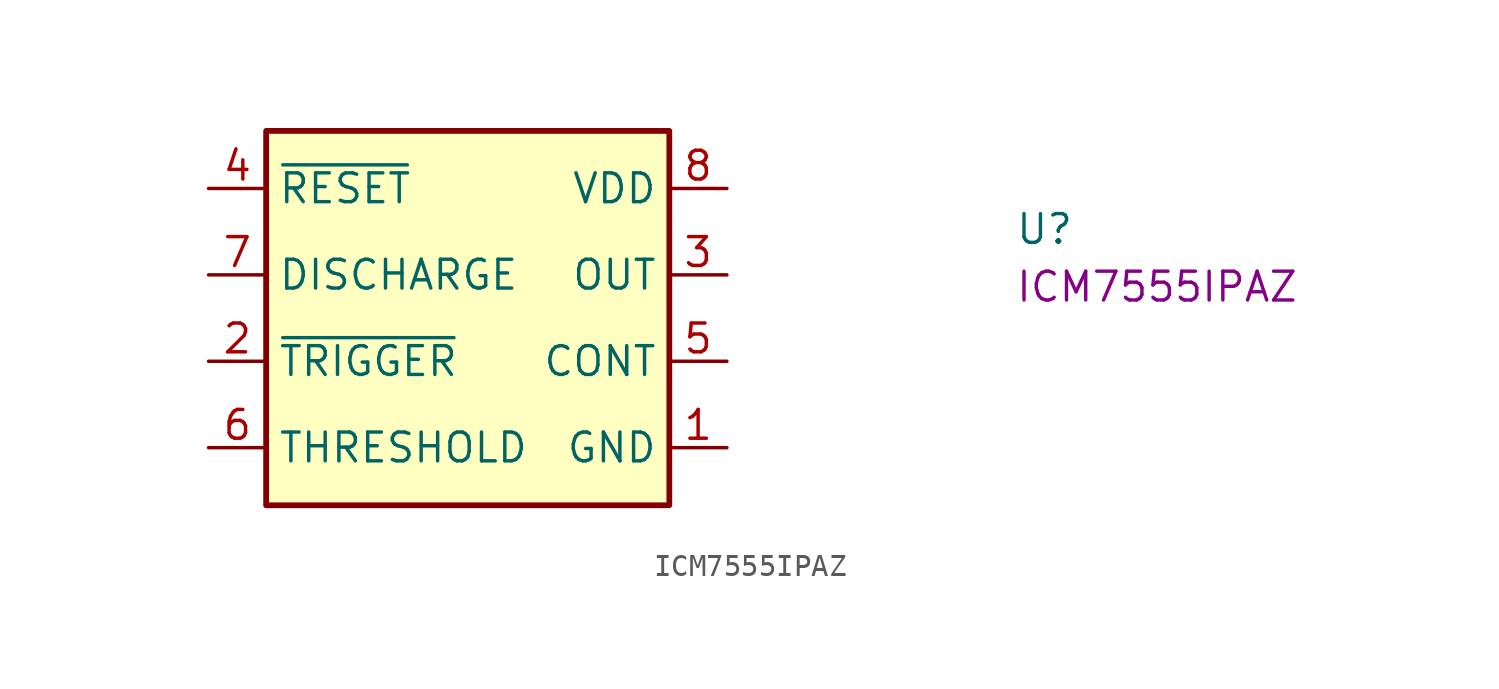
<source format=kicad_sym>
(kicad_symbol_lib
  (version 20220914)
  (generator kicad_symbol_editor)
  (symbol "ICM7555IPAZ"
    (property "Reference" "U"
      (at 35.56 -2.54 0)
      (effects (font (size 1.27 1.27) (thickness 0.15)) (justify left bottom)))
    (property "MPN" "ICM7555IPAZ"
      (at 35.56 -5.08 0)
      (effects (font (size 1.27 1.27) (thickness 0.15)) (justify left bottom)))
    (symbol "ICM7555IPAZ_1_1"
      (rectangle (start 2.54 2.54) (end 20.32 -13.97) (stroke (width 0.254) (type default)) (fill (type background)))
      (pin power_in line (at 22.86 -11.43 180) (length 2.54) (name "GND" (effects (font (size 1.27 1.27)))) (number "1" (effects (font (size 1.27 1.27)))))
      (pin input line (at 0 -7.62 0) (length 2.54) (name "~{TRIGGER}" (effects (font (size 1.27 1.27)))) (number "2" (effects (font (size 1.27 1.27)))))
      (pin output line (at 22.86 -3.81 180) (length 2.54) (name "OUT" (effects (font (size 1.27 1.27)))) (number "3" (effects (font (size 1.27 1.27)))))
      (pin input line (at 0 0 0) (length 2.54) (name "~{RESET}" (effects (font (size 1.27 1.27)))) (number "4" (effects (font (size 1.27 1.27)))))
      (pin input line (at 22.86 -7.62 180) (length 2.54) (name "CONT" (effects (font (size 1.27 1.27)))) (number "5" (effects (font (size 1.27 1.27)))))
      (pin input line (at 0 -11.43 0) (length 2.54) (name "THRESHOLD" (effects (font (size 1.27 1.27)))) (number "6" (effects (font (size 1.27 1.27)))))
      (pin output line (at 0 -3.81 0) (length 2.54) (name "DISCHARGE" (effects (font (size 1.27 1.27)))) (number "7" (effects (font (size 1.27 1.27)))))
      (pin power_in line (at 22.86 0 180) (length 2.54) (name "VDD" (effects (font (size 1.27 1.27)))) (number "8" (effects (font (size 1.27 1.27))))))))
</source>
